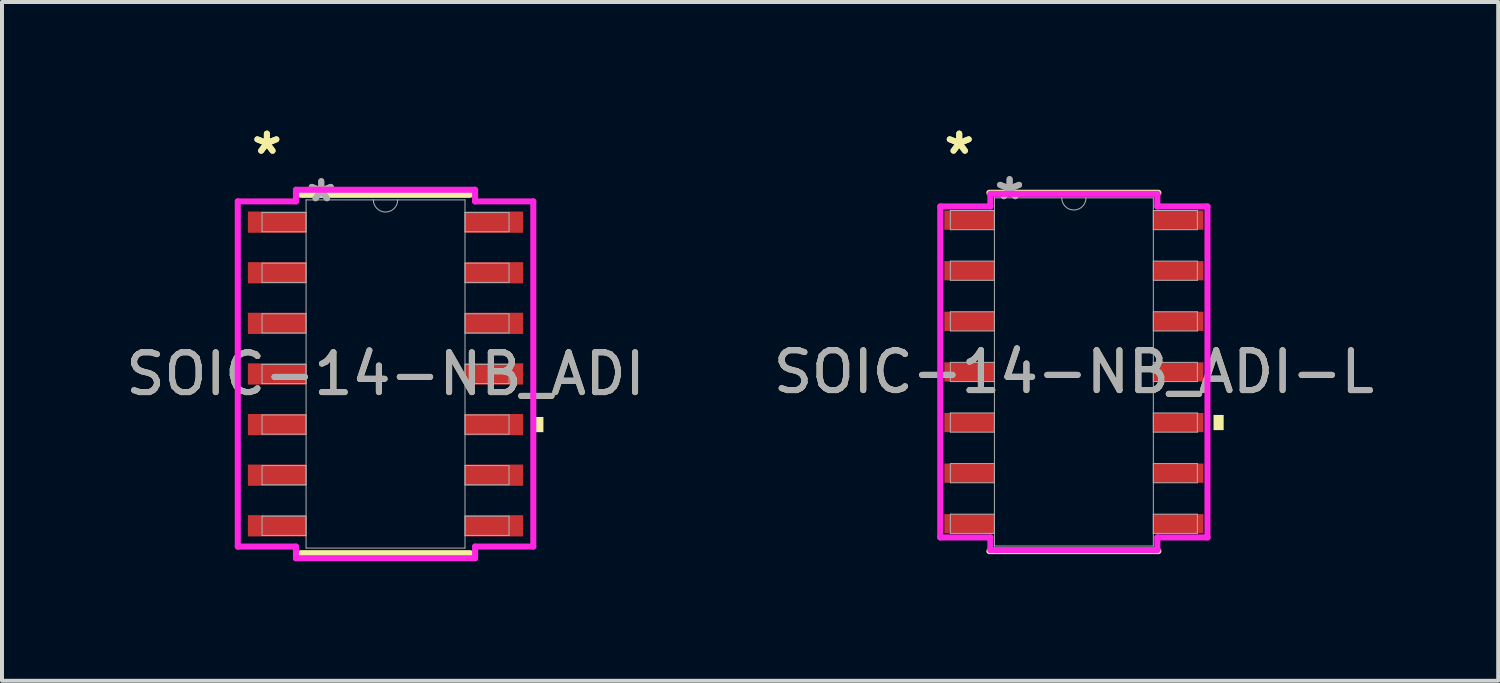
<source format=kicad_pcb>
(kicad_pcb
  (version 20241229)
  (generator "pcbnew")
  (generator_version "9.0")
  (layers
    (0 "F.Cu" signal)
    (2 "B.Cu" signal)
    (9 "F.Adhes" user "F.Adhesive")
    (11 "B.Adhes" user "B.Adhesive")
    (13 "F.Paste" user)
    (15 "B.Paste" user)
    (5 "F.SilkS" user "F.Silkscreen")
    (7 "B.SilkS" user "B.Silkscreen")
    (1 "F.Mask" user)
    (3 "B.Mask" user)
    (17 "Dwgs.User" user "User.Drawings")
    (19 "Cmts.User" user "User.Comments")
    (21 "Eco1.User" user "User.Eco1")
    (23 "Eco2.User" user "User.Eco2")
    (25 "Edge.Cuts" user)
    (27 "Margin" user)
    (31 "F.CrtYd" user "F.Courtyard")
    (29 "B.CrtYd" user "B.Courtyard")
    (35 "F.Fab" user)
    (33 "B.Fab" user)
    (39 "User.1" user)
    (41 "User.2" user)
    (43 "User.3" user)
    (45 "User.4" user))
  (footprint "SOIC-14-NB_ADI"
    (layer "F.Cu")
    (at 6.625 6.335)
    (property "Reference" "SOIC-14-NB_ADI" (at 0 0 0) (unlocked yes) (layer "F.SilkS") (effects (font (size 1 1) (thickness 0.15))))
    (attr smd)
    (fp_line (start -2.121 4.496) (end 2.121 4.496) (stroke (width 0.152) (type solid)) (layer "F.SilkS"))
    (fp_line (start 2.121 -4.496) (end -2.121 -4.496) (stroke (width 0.152) (type solid)) (layer "F.SilkS"))
    (fp_poly (pts (xy 3.962 1.079) (xy 3.962 1.46) (xy 3.708 1.46) (xy 3.708 1.079)) (stroke (width 0) (type solid)) (fill yes) (layer "F.SilkS"))
    (fp_line (start -3.708 -4.331) (end -2.248 -4.331) (stroke (width 0.152) (type solid)) (layer "F.CrtYd"))
    (fp_line (start -3.708 4.331) (end -3.708 -4.331) (stroke (width 0.152) (type solid)) (layer "F.CrtYd"))
    (fp_line (start -3.708 4.331) (end -2.248 4.331) (stroke (width 0.152) (type solid)) (layer "F.CrtYd"))
    (fp_line (start -2.248 -4.623) (end 2.248 -4.623) (stroke (width 0.152) (type solid)) (layer "F.CrtYd"))
    (fp_line (start -2.248 -4.331) (end -2.248 -4.623) (stroke (width 0.152) (type solid)) (layer "F.CrtYd"))
    (fp_line (start -2.248 4.623) (end -2.248 4.331) (stroke (width 0.152) (type solid)) (layer "F.CrtYd"))
    (fp_line (start 2.248 -4.623) (end 2.248 -4.331) (stroke (width 0.152) (type solid)) (layer "F.CrtYd"))
    (fp_line (start 2.248 4.331) (end 2.248 4.623) (stroke (width 0.152) (type solid)) (layer "F.CrtYd"))
    (fp_line (start 2.248 4.623) (end -2.248 4.623) (stroke (width 0.152) (type solid)) (layer "F.CrtYd"))
    (fp_line (start 3.708 -4.331) (end 2.248 -4.331) (stroke (width 0.152) (type solid)) (layer "F.CrtYd"))
    (fp_line (start 3.708 -4.331) (end 3.708 4.331) (stroke (width 0.152) (type solid)) (layer "F.CrtYd"))
    (fp_line (start 3.708 4.331) (end 2.248 4.331) (stroke (width 0.152) (type solid)) (layer "F.CrtYd"))
    (fp_line (start -3.099 -4.051) (end -3.099 -3.569) (stroke (width 0.025) (type solid)) (layer "F.Fab"))
    (fp_line (start -3.099 -3.569) (end -1.994 -3.569) (stroke (width 0.025) (type solid)) (layer "F.Fab"))
    (fp_line (start -3.099 -2.781) (end -3.099 -2.299) (stroke (width 0.025) (type solid)) (layer "F.Fab"))
    (fp_line (start -3.099 -2.299) (end -1.994 -2.299) (stroke (width 0.025) (type solid)) (layer "F.Fab"))
    (fp_line (start -3.099 -1.511) (end -3.099 -1.029) (stroke (width 0.025) (type solid)) (layer "F.Fab"))
    (fp_line (start -3.099 -1.029) (end -1.994 -1.029) (stroke (width 0.025) (type solid)) (layer "F.Fab"))
    (fp_line (start -3.099 -0.241) (end -3.099 0.241) (stroke (width 0.025) (type solid)) (layer "F.Fab"))
    (fp_line (start -3.099 0.241) (end -1.994 0.241) (stroke (width 0.025) (type solid)) (layer "F.Fab"))
    (fp_line (start -3.099 1.029) (end -3.099 1.511) (stroke (width 0.025) (type solid)) (layer "F.Fab"))
    (fp_line (start -3.099 1.511) (end -1.994 1.511) (stroke (width 0.025) (type solid)) (layer "F.Fab"))
    (fp_line (start -3.099 2.299) (end -3.099 2.781) (stroke (width 0.025) (type solid)) (layer "F.Fab"))
    (fp_line (start -3.099 2.781) (end -1.994 2.781) (stroke (width 0.025) (type solid)) (layer "F.Fab"))
    (fp_line (start -3.099 3.569) (end -3.099 4.051) (stroke (width 0.025) (type solid)) (layer "F.Fab"))
    (fp_line (start -3.099 4.051) (end -1.994 4.051) (stroke (width 0.025) (type solid)) (layer "F.Fab"))
    (fp_line (start -1.994 -4.369) (end -1.994 4.369) (stroke (width 0.025) (type solid)) (layer "F.Fab"))
    (fp_line (start -1.994 -4.051) (end -3.099 -4.051) (stroke (width 0.025) (type solid)) (layer "F.Fab"))
    (fp_line (start -1.994 -3.569) (end -1.994 -4.051) (stroke (width 0.025) (type solid)) (layer "F.Fab"))
    (fp_line (start -1.994 -2.781) (end -3.099 -2.781) (stroke (width 0.025) (type solid)) (layer "F.Fab"))
    (fp_line (start -1.994 -2.299) (end -1.994 -2.781) (stroke (width 0.025) (type solid)) (layer "F.Fab"))
    (fp_line (start -1.994 -1.511) (end -3.099 -1.511) (stroke (width 0.025) (type solid)) (layer "F.Fab"))
    (fp_line (start -1.994 -1.029) (end -1.994 -1.511) (stroke (width 0.025) (type solid)) (layer "F.Fab"))
    (fp_line (start -1.994 -0.241) (end -3.099 -0.241) (stroke (width 0.025) (type solid)) (layer "F.Fab"))
    (fp_line (start -1.994 0.241) (end -1.994 -0.241) (stroke (width 0.025) (type solid)) (layer "F.Fab"))
    (fp_line (start -1.994 1.029) (end -3.099 1.029) (stroke (width 0.025) (type solid)) (layer "F.Fab"))
    (fp_line (start -1.994 1.511) (end -1.994 1.029) (stroke (width 0.025) (type solid)) (layer "F.Fab"))
    (fp_line (start -1.994 2.299) (end -3.099 2.299) (stroke (width 0.025) (type solid)) (layer "F.Fab"))
    (fp_line (start -1.994 2.781) (end -1.994 2.299) (stroke (width 0.025) (type solid)) (layer "F.Fab"))
    (fp_line (start -1.994 3.569) (end -3.099 3.569) (stroke (width 0.025) (type solid)) (layer "F.Fab"))
    (fp_line (start -1.994 4.051) (end -1.994 3.569) (stroke (width 0.025) (type solid)) (layer "F.Fab"))
    (fp_line (start -1.994 4.369) (end 1.994 4.369) (stroke (width 0.025) (type solid)) (layer "F.Fab"))
    (fp_line (start 1.994 -4.369) (end -1.994 -4.369) (stroke (width 0.025) (type solid)) (layer "F.Fab"))
    (fp_line (start 1.994 -4.051) (end 1.994 -3.569) (stroke (width 0.025) (type solid)) (layer "F.Fab"))
    (fp_line (start 1.994 -3.569) (end 3.099 -3.569) (stroke (width 0.025) (type solid)) (layer "F.Fab"))
    (fp_line (start 1.994 -2.781) (end 1.994 -2.299) (stroke (width 0.025) (type solid)) (layer "F.Fab"))
    (fp_line (start 1.994 -2.299) (end 3.099 -2.299) (stroke (width 0.025) (type solid)) (layer "F.Fab"))
    (fp_line (start 1.994 -1.511) (end 1.994 -1.029) (stroke (width 0.025) (type solid)) (layer "F.Fab"))
    (fp_line (start 1.994 -1.029) (end 3.099 -1.029) (stroke (width 0.025) (type solid)) (layer "F.Fab"))
    (fp_line (start 1.994 -0.241) (end 1.994 0.241) (stroke (width 0.025) (type solid)) (layer "F.Fab"))
    (fp_line (start 1.994 0.241) (end 3.099 0.241) (stroke (width 0.025) (type solid)) (layer "F.Fab"))
    (fp_line (start 1.994 1.029) (end 1.994 1.511) (stroke (width 0.025) (type solid)) (layer "F.Fab"))
    (fp_line (start 1.994 1.511) (end 3.099 1.511) (stroke (width 0.025) (type solid)) (layer "F.Fab"))
    (fp_line (start 1.994 2.299) (end 1.994 2.781) (stroke (width 0.025) (type solid)) (layer "F.Fab"))
    (fp_line (start 1.994 2.781) (end 3.099 2.781) (stroke (width 0.025) (type solid)) (layer "F.Fab"))
    (fp_line (start 1.994 3.569) (end 1.994 4.051) (stroke (width 0.025) (type solid)) (layer "F.Fab"))
    (fp_line (start 1.994 4.051) (end 3.099 4.051) (stroke (width 0.025) (type solid)) (layer "F.Fab"))
    (fp_line (start 1.994 4.369) (end 1.994 -4.369) (stroke (width 0.025) (type solid)) (layer "F.Fab"))
    (fp_line (start 3.099 -4.051) (end 1.994 -4.051) (stroke (width 0.025) (type solid)) (layer "F.Fab"))
    (fp_line (start 3.099 -3.569) (end 3.099 -4.051) (stroke (width 0.025) (type solid)) (layer "F.Fab"))
    (fp_line (start 3.099 -2.781) (end 1.994 -2.781) (stroke (width 0.025) (type solid)) (layer "F.Fab"))
    (fp_line (start 3.099 -2.299) (end 3.099 -2.781) (stroke (width 0.025) (type solid)) (layer "F.Fab"))
    (fp_line (start 3.099 -1.511) (end 1.994 -1.511) (stroke (width 0.025) (type solid)) (layer "F.Fab"))
    (fp_line (start 3.099 -1.029) (end 3.099 -1.511) (stroke (width 0.025) (type solid)) (layer "F.Fab"))
    (fp_line (start 3.099 -0.241) (end 1.994 -0.241) (stroke (width 0.025) (type solid)) (layer "F.Fab"))
    (fp_line (start 3.099 0.241) (end 3.099 -0.241) (stroke (width 0.025) (type solid)) (layer "F.Fab"))
    (fp_line (start 3.099 1.029) (end 1.994 1.029) (stroke (width 0.025) (type solid)) (layer "F.Fab"))
    (fp_line (start 3.099 1.511) (end 3.099 1.029) (stroke (width 0.025) (type solid)) (layer "F.Fab"))
    (fp_line (start 3.099 2.299) (end 1.994 2.299) (stroke (width 0.025) (type solid)) (layer "F.Fab"))
    (fp_line (start 3.099 2.781) (end 3.099 2.299) (stroke (width 0.025) (type solid)) (layer "F.Fab"))
    (fp_line (start 3.099 3.569) (end 1.994 3.569) (stroke (width 0.025) (type solid)) (layer "F.Fab"))
    (fp_line (start 3.099 4.051) (end 3.099 3.569) (stroke (width 0.025) (type solid)) (layer "F.Fab"))
    (fp_arc (start 0.3048 -4.3688) (mid 0 -4.064) (end -0.3048 -4.3688) (stroke (width 0.0254) (type solid)) (layer "F.Fab"))
    (fp_text user "*" (at -2.978 -5.486 0) (layer "F.SilkS") (effects (font (size 1 1) (thickness 0.15))))
    (fp_text user "*" (at -2.978 -5.486 0) (unlocked yes) (layer "F.SilkS") (effects (font (size 1 1) (thickness 0.15))))
    (fp_text user "${REFERENCE}" (at 0 0 0) (unlocked yes) (layer "F.Fab") (effects (font (size 1 1) (thickness 0.15))))
    (fp_text user "*" (at -1.613 -4.293 0) (unlocked yes) (layer "F.Fab") (effects (font (size 1 1) (thickness 0.15))))
    (fp_text user "*" (at -1.613 -4.293 0) (layer "F.Fab") (effects (font (size 1 1) (thickness 0.15))))
    (pad "1" smd rect (at -2.724 -3.81) (size 1.46 0.533) (layers "F.Cu" "F.Mask" "F.Paste"))
    (pad "2" smd rect (at -2.724 -2.54) (size 1.46 0.533) (layers "F.Cu" "F.Mask" "F.Paste"))
    (pad "3" smd rect (at -2.724 -1.27) (size 1.46 0.533) (layers "F.Cu" "F.Mask" "F.Paste"))
    (pad "4" smd rect (at -2.724 0) (size 1.46 0.533) (layers "F.Cu" "F.Mask" "F.Paste"))
    (pad "5" smd rect (at -2.724 1.27) (size 1.46 0.533) (layers "F.Cu" "F.Mask" "F.Paste"))
    (pad "6" smd rect (at -2.724 2.54) (size 1.46 0.533) (layers "F.Cu" "F.Mask" "F.Paste"))
    (pad "7" smd rect (at -2.724 3.81) (size 1.46 0.533) (layers "F.Cu" "F.Mask" "F.Paste"))
    (pad "8" smd rect (at 2.724 3.81) (size 1.46 0.533) (layers "F.Cu" "F.Mask" "F.Paste"))
    (pad "9" smd rect (at 2.724 2.54) (size 1.46 0.533) (layers "F.Cu" "F.Mask" "F.Paste"))
    (pad "10" smd rect (at 2.724 1.27) (size 1.46 0.533) (layers "F.Cu" "F.Mask" "F.Paste"))
    (pad "11" smd rect (at 2.724 0) (size 1.46 0.533) (layers "F.Cu" "F.Mask" "F.Paste"))
    (pad "12" smd rect (at 2.724 -1.27) (size 1.46 0.533) (layers "F.Cu" "F.Mask" "F.Paste"))
    (pad "13" smd rect (at 2.724 -2.54) (size 1.46 0.533) (layers "F.Cu" "F.Mask" "F.Paste"))
    (pad "14" smd rect (at 2.724 -3.81) (size 1.46 0.533) (layers "F.Cu" "F.Mask" "F.Paste")))
  (footprint "SOIC-14-NB_ADI-L"
    (layer "F.Cu")
    (at 23.899 6.284)
    (property "Reference" "SOIC-14-NB_ADI-L" (at 0 0 0) (unlocked yes) (layer "F.SilkS") (effects (font (size 1 1) (thickness 0.15))))
    (attr smd)
    (fp_line (start -2.121 4.496) (end 2.121 4.496) (stroke (width 0.152) (type solid)) (layer "F.SilkS"))
    (fp_line (start 2.121 -4.496) (end -2.121 -4.496) (stroke (width 0.152) (type solid)) (layer "F.SilkS"))
    (fp_poly (pts (xy 3.759 1.079) (xy 3.759 1.46) (xy 3.505 1.46) (xy 3.505 1.079)) (stroke (width 0) (type solid)) (fill yes) (layer "F.SilkS"))
    (fp_line (start -3.353 -4.153) (end -2.095 -4.153) (stroke (width 0.152) (type solid)) (layer "F.CrtYd"))
    (fp_line (start -3.353 4.153) (end -3.353 -4.153) (stroke (width 0.152) (type solid)) (layer "F.CrtYd"))
    (fp_line (start -3.353 4.153) (end -2.095 4.153) (stroke (width 0.152) (type solid)) (layer "F.CrtYd"))
    (fp_line (start -2.095 -4.47) (end 2.095 -4.47) (stroke (width 0.152) (type solid)) (layer "F.CrtYd"))
    (fp_line (start -2.095 -4.153) (end -2.095 -4.47) (stroke (width 0.152) (type solid)) (layer "F.CrtYd"))
    (fp_line (start -2.095 4.47) (end -2.095 4.153) (stroke (width 0.152) (type solid)) (layer "F.CrtYd"))
    (fp_line (start 2.095 -4.47) (end 2.095 -4.153) (stroke (width 0.152) (type solid)) (layer "F.CrtYd"))
    (fp_line (start 2.095 4.153) (end 2.095 4.47) (stroke (width 0.152) (type solid)) (layer "F.CrtYd"))
    (fp_line (start 2.095 4.47) (end -2.095 4.47) (stroke (width 0.152) (type solid)) (layer "F.CrtYd"))
    (fp_line (start 3.353 -4.153) (end 2.095 -4.153) (stroke (width 0.152) (type solid)) (layer "F.CrtYd"))
    (fp_line (start 3.353 -4.153) (end 3.353 4.153) (stroke (width 0.152) (type solid)) (layer "F.CrtYd"))
    (fp_line (start 3.353 4.153) (end 2.095 4.153) (stroke (width 0.152) (type solid)) (layer "F.CrtYd"))
    (fp_line (start -3.099 -4.051) (end -3.099 -3.569) (stroke (width 0.025) (type solid)) (layer "F.Fab"))
    (fp_line (start -3.099 -3.569) (end -1.994 -3.569) (stroke (width 0.025) (type solid)) (layer "F.Fab"))
    (fp_line (start -3.099 -2.781) (end -3.099 -2.299) (stroke (width 0.025) (type solid)) (layer "F.Fab"))
    (fp_line (start -3.099 -2.299) (end -1.994 -2.299) (stroke (width 0.025) (type solid)) (layer "F.Fab"))
    (fp_line (start -3.099 -1.511) (end -3.099 -1.029) (stroke (width 0.025) (type solid)) (layer "F.Fab"))
    (fp_line (start -3.099 -1.029) (end -1.994 -1.029) (stroke (width 0.025) (type solid)) (layer "F.Fab"))
    (fp_line (start -3.099 -0.241) (end -3.099 0.241) (stroke (width 0.025) (type solid)) (layer "F.Fab"))
    (fp_line (start -3.099 0.241) (end -1.994 0.241) (stroke (width 0.025) (type solid)) (layer "F.Fab"))
    (fp_line (start -3.099 1.029) (end -3.099 1.511) (stroke (width 0.025) (type solid)) (layer "F.Fab"))
    (fp_line (start -3.099 1.511) (end -1.994 1.511) (stroke (width 0.025) (type solid)) (layer "F.Fab"))
    (fp_line (start -3.099 2.299) (end -3.099 2.781) (stroke (width 0.025) (type solid)) (layer "F.Fab"))
    (fp_line (start -3.099 2.781) (end -1.994 2.781) (stroke (width 0.025) (type solid)) (layer "F.Fab"))
    (fp_line (start -3.099 3.569) (end -3.099 4.051) (stroke (width 0.025) (type solid)) (layer "F.Fab"))
    (fp_line (start -3.099 4.051) (end -1.994 4.051) (stroke (width 0.025) (type solid)) (layer "F.Fab"))
    (fp_line (start -1.994 -4.369) (end -1.994 4.369) (stroke (width 0.025) (type solid)) (layer "F.Fab"))
    (fp_line (start -1.994 -4.051) (end -3.099 -4.051) (stroke (width 0.025) (type solid)) (layer "F.Fab"))
    (fp_line (start -1.994 -3.569) (end -1.994 -4.051) (stroke (width 0.025) (type solid)) (layer "F.Fab"))
    (fp_line (start -1.994 -2.781) (end -3.099 -2.781) (stroke (width 0.025) (type solid)) (layer "F.Fab"))
    (fp_line (start -1.994 -2.299) (end -1.994 -2.781) (stroke (width 0.025) (type solid)) (layer "F.Fab"))
    (fp_line (start -1.994 -1.511) (end -3.099 -1.511) (stroke (width 0.025) (type solid)) (layer "F.Fab"))
    (fp_line (start -1.994 -1.029) (end -1.994 -1.511) (stroke (width 0.025) (type solid)) (layer "F.Fab"))
    (fp_line (start -1.994 -0.241) (end -3.099 -0.241) (stroke (width 0.025) (type solid)) (layer "F.Fab"))
    (fp_line (start -1.994 0.241) (end -1.994 -0.241) (stroke (width 0.025) (type solid)) (layer "F.Fab"))
    (fp_line (start -1.994 1.029) (end -3.099 1.029) (stroke (width 0.025) (type solid)) (layer "F.Fab"))
    (fp_line (start -1.994 1.511) (end -1.994 1.029) (stroke (width 0.025) (type solid)) (layer "F.Fab"))
    (fp_line (start -1.994 2.299) (end -3.099 2.299) (stroke (width 0.025) (type solid)) (layer "F.Fab"))
    (fp_line (start -1.994 2.781) (end -1.994 2.299) (stroke (width 0.025) (type solid)) (layer "F.Fab"))
    (fp_line (start -1.994 3.569) (end -3.099 3.569) (stroke (width 0.025) (type solid)) (layer "F.Fab"))
    (fp_line (start -1.994 4.051) (end -1.994 3.569) (stroke (width 0.025) (type solid)) (layer "F.Fab"))
    (fp_line (start -1.994 4.369) (end 1.994 4.369) (stroke (width 0.025) (type solid)) (layer "F.Fab"))
    (fp_line (start 1.994 -4.369) (end -1.994 -4.369) (stroke (width 0.025) (type solid)) (layer "F.Fab"))
    (fp_line (start 1.994 -4.051) (end 1.994 -3.569) (stroke (width 0.025) (type solid)) (layer "F.Fab"))
    (fp_line (start 1.994 -3.569) (end 3.099 -3.569) (stroke (width 0.025) (type solid)) (layer "F.Fab"))
    (fp_line (start 1.994 -2.781) (end 1.994 -2.299) (stroke (width 0.025) (type solid)) (layer "F.Fab"))
    (fp_line (start 1.994 -2.299) (end 3.099 -2.299) (stroke (width 0.025) (type solid)) (layer "F.Fab"))
    (fp_line (start 1.994 -1.511) (end 1.994 -1.029) (stroke (width 0.025) (type solid)) (layer "F.Fab"))
    (fp_line (start 1.994 -1.029) (end 3.099 -1.029) (stroke (width 0.025) (type solid)) (layer "F.Fab"))
    (fp_line (start 1.994 -0.241) (end 1.994 0.241) (stroke (width 0.025) (type solid)) (layer "F.Fab"))
    (fp_line (start 1.994 0.241) (end 3.099 0.241) (stroke (width 0.025) (type solid)) (layer "F.Fab"))
    (fp_line (start 1.994 1.029) (end 1.994 1.511) (stroke (width 0.025) (type solid)) (layer "F.Fab"))
    (fp_line (start 1.994 1.511) (end 3.099 1.511) (stroke (width 0.025) (type solid)) (layer "F.Fab"))
    (fp_line (start 1.994 2.299) (end 1.994 2.781) (stroke (width 0.025) (type solid)) (layer "F.Fab"))
    (fp_line (start 1.994 2.781) (end 3.099 2.781) (stroke (width 0.025) (type solid)) (layer "F.Fab"))
    (fp_line (start 1.994 3.569) (end 1.994 4.051) (stroke (width 0.025) (type solid)) (layer "F.Fab"))
    (fp_line (start 1.994 4.051) (end 3.099 4.051) (stroke (width 0.025) (type solid)) (layer "F.Fab"))
    (fp_line (start 1.994 4.369) (end 1.994 -4.369) (stroke (width 0.025) (type solid)) (layer "F.Fab"))
    (fp_line (start 3.099 -4.051) (end 1.994 -4.051) (stroke (width 0.025) (type solid)) (layer "F.Fab"))
    (fp_line (start 3.099 -3.569) (end 3.099 -4.051) (stroke (width 0.025) (type solid)) (layer "F.Fab"))
    (fp_line (start 3.099 -2.781) (end 1.994 -2.781) (stroke (width 0.025) (type solid)) (layer "F.Fab"))
    (fp_line (start 3.099 -2.299) (end 3.099 -2.781) (stroke (width 0.025) (type solid)) (layer "F.Fab"))
    (fp_line (start 3.099 -1.511) (end 1.994 -1.511) (stroke (width 0.025) (type solid)) (layer "F.Fab"))
    (fp_line (start 3.099 -1.029) (end 3.099 -1.511) (stroke (width 0.025) (type solid)) (layer "F.Fab"))
    (fp_line (start 3.099 -0.241) (end 1.994 -0.241) (stroke (width 0.025) (type solid)) (layer "F.Fab"))
    (fp_line (start 3.099 0.241) (end 3.099 -0.241) (stroke (width 0.025) (type solid)) (layer "F.Fab"))
    (fp_line (start 3.099 1.029) (end 1.994 1.029) (stroke (width 0.025) (type solid)) (layer "F.Fab"))
    (fp_line (start 3.099 1.511) (end 3.099 1.029) (stroke (width 0.025) (type solid)) (layer "F.Fab"))
    (fp_line (start 3.099 2.299) (end 1.994 2.299) (stroke (width 0.025) (type solid)) (layer "F.Fab"))
    (fp_line (start 3.099 2.781) (end 3.099 2.299) (stroke (width 0.025) (type solid)) (layer "F.Fab"))
    (fp_line (start 3.099 3.569) (end 1.994 3.569) (stroke (width 0.025) (type solid)) (layer "F.Fab"))
    (fp_line (start 3.099 4.051) (end 3.099 3.569) (stroke (width 0.025) (type solid)) (layer "F.Fab"))
    (fp_arc (start 0.3048 -4.3688) (mid 0 -4.064) (end -0.3048 -4.3688) (stroke (width 0.0254) (type solid)) (layer "F.Fab"))
    (fp_text user "*" (at -2.877 -5.436 0) (unlocked yes) (layer "F.SilkS") (effects (font (size 1 1) (thickness 0.15))))
    (fp_text user "*" (at -2.877 -5.436 0) (layer "F.SilkS") (effects (font (size 1 1) (thickness 0.15))))
    (fp_text user "*" (at -1.613 -4.293 0) (unlocked yes) (layer "F.Fab") (effects (font (size 1 1) (thickness 0.15))))
    (fp_text user "*" (at -1.613 -4.293 0) (layer "F.Fab") (effects (font (size 1 1) (thickness 0.15))))
    (fp_text user "${REFERENCE}" (at 0 0 0) (unlocked yes) (layer "F.Fab") (effects (font (size 1 1) (thickness 0.15))))
    (pad "1" smd rect (at -2.623 -3.81) (size 1.257 0.483) (layers "F.Cu" "F.Mask" "F.Paste"))
    (pad "2" smd rect (at -2.623 -2.54) (size 1.257 0.483) (layers "F.Cu" "F.Mask" "F.Paste"))
    (pad "3" smd rect (at -2.623 -1.27) (size 1.257 0.483) (layers "F.Cu" "F.Mask" "F.Paste"))
    (pad "4" smd rect (at -2.623 0) (size 1.257 0.483) (layers "F.Cu" "F.Mask" "F.Paste"))
    (pad "5" smd rect (at -2.623 1.27) (size 1.257 0.483) (layers "F.Cu" "F.Mask" "F.Paste"))
    (pad "6" smd rect (at -2.623 2.54) (size 1.257 0.483) (layers "F.Cu" "F.Mask" "F.Paste"))
    (pad "7" smd rect (at -2.623 3.81) (size 1.257 0.483) (layers "F.Cu" "F.Mask" "F.Paste"))
    (pad "8" smd rect (at 2.623 3.81) (size 1.257 0.483) (layers "F.Cu" "F.Mask" "F.Paste"))
    (pad "9" smd rect (at 2.623 2.54) (size 1.257 0.483) (layers "F.Cu" "F.Mask" "F.Paste"))
    (pad "10" smd rect (at 2.623 1.27) (size 1.257 0.483) (layers "F.Cu" "F.Mask" "F.Paste"))
    (pad "11" smd rect (at 2.623 0) (size 1.257 0.483) (layers "F.Cu" "F.Mask" "F.Paste"))
    (pad "12" smd rect (at 2.623 -1.27) (size 1.257 0.483) (layers "F.Cu" "F.Mask" "F.Paste"))
    (pad "13" smd rect (at 2.623 -2.54) (size 1.257 0.483) (layers "F.Cu" "F.Mask" "F.Paste"))
    (pad "14" smd rect (at 2.623 -3.81) (size 1.257 0.483) (layers "F.Cu" "F.Mask" "F.Paste")))
  (gr_rect
    (start -3 -3)
    (end 34.548 14.034)
    (stroke (width 0.1) (type default))
    (fill no)
    (layer "Edge.Cuts")))
</source>
